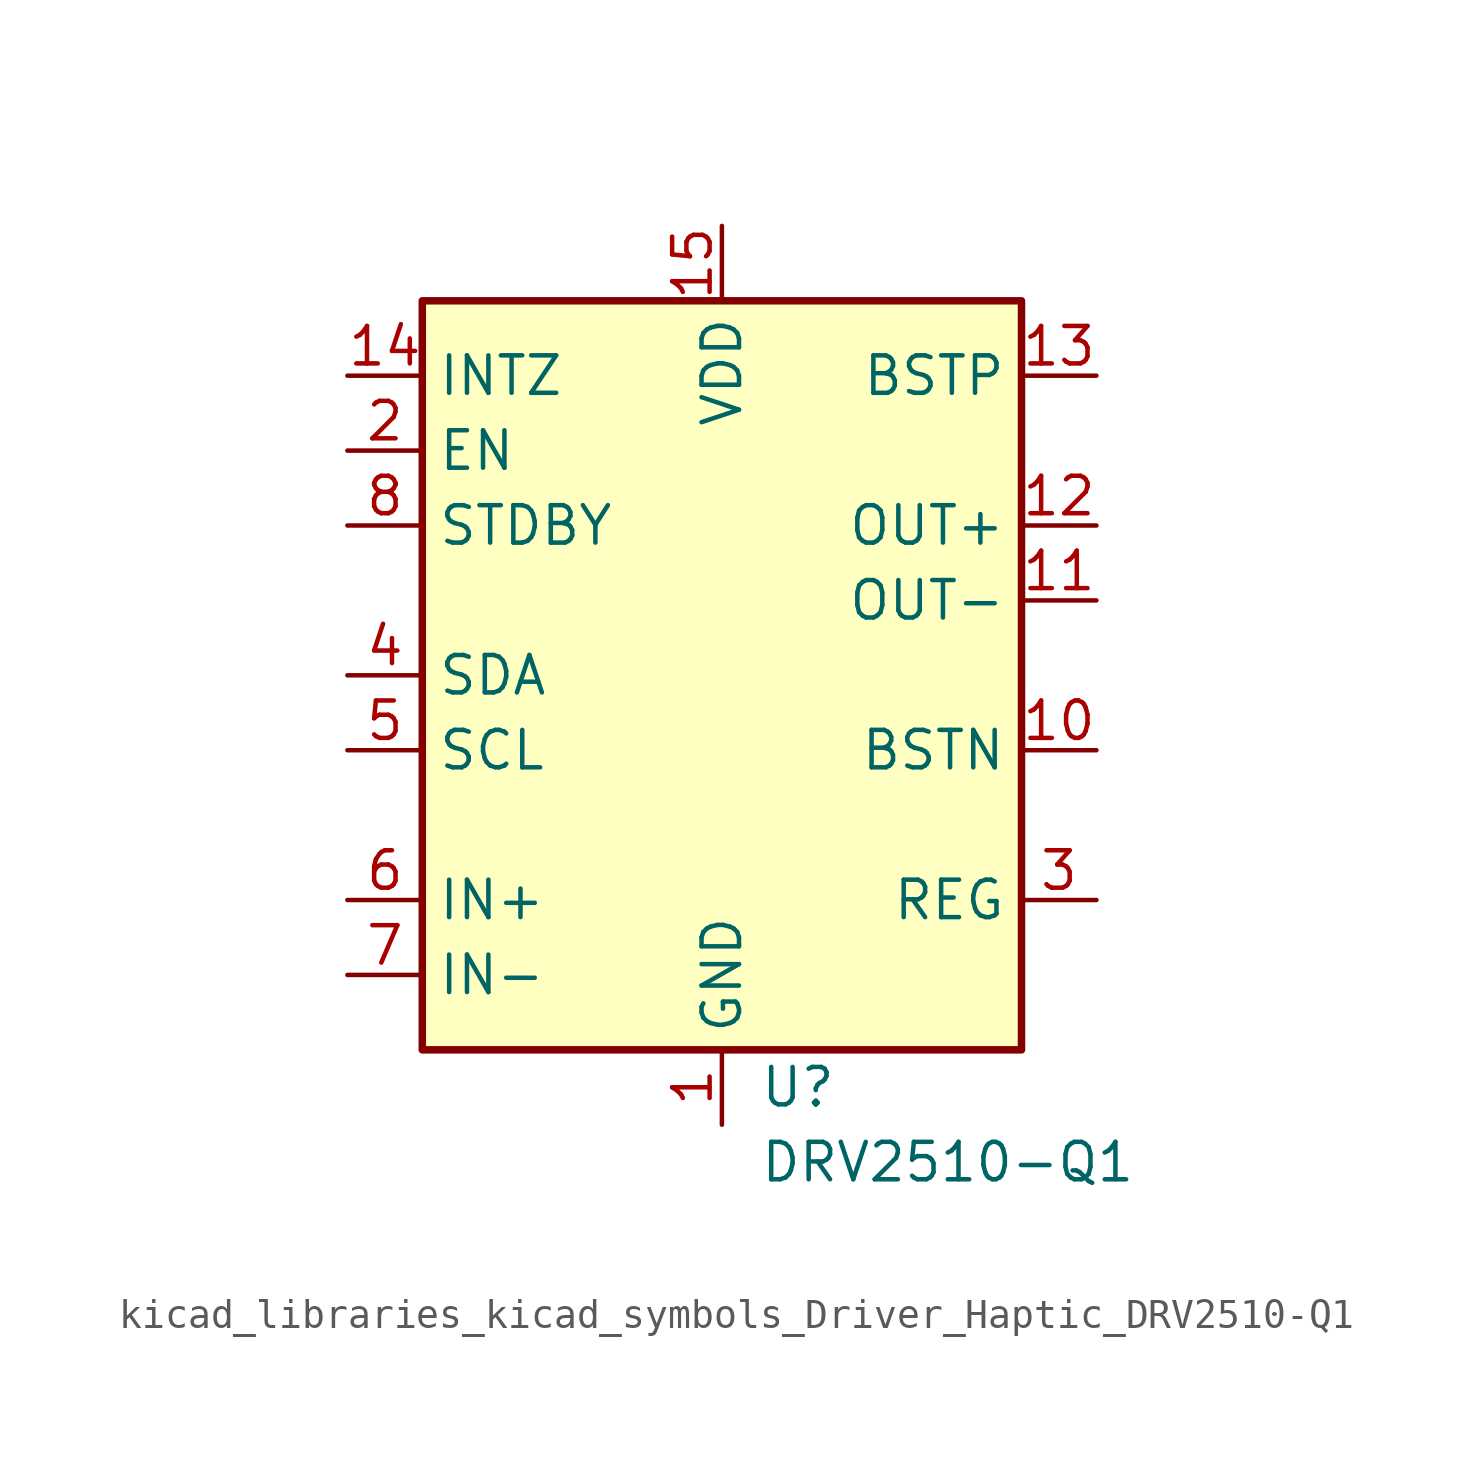
<source format=kicad_sym>
(kicad_symbol_lib
  (version 20220914)
  (generator kicad_symbol_editor)
  (symbol "kicad_libraries_kicad_symbols_Driver_Haptic_DRV2510-Q1"
    (property "Reference" "U"
      (at 1.27 -13.97 0)
      (effects (font (size 1.27 1.27)) (justify left)))
    (property "Value" "DRV2510-Q1"
      (at 1.27 -16.51 0)
      (effects (font (size 1.27 1.27)) (justify left)))
    (symbol "kicad_libraries_kicad_symbols_Driver_Haptic_DRV2510-Q1_0_0"
      (pin power_in line (at 0 -15.24 90) (length 2.54) (name "GND" (effects (font (size 1.27 1.27)))) (number "1" (effects (font (size 1.27 1.27)))))
      (pin passive line (at 12.7 -2.54 180) (length 2.54) (name "BSTN" (effects (font (size 1.27 1.27)))) (number "10" (effects (font (size 1.27 1.27)))))
      (pin power_out line (at 12.7 2.54 180) (length 2.54) (name "OUT-" (effects (font (size 1.27 1.27)))) (number "11" (effects (font (size 1.27 1.27)))))
      (pin power_out line (at 12.7 5.08 180) (length 2.54) (name "OUT+" (effects (font (size 1.27 1.27)))) (number "12" (effects (font (size 1.27 1.27)))))
      (pin passive line (at 12.7 10.16 180) (length 2.54) (name "BSTP" (effects (font (size 1.27 1.27)))) (number "13" (effects (font (size 1.27 1.27)))))
      (pin open_collector line (at -12.7 10.16 0) (length 2.54) (name "INTZ" (effects (font (size 1.27 1.27)))) (number "14" (effects (font (size 1.27 1.27)))))
      (pin power_in line (at 0 15.24 270) (length 2.54) (name "VDD" (effects (font (size 1.27 1.27)))) (number "15" (effects (font (size 1.27 1.27)))))
      (pin passive line (at 0 -15.24 90) (length 2.54) hide (name "GND" (effects (font (size 1.27 1.27)))) (number "16" (effects (font (size 1.27 1.27)))))
      (pin passive line (at 0 -15.24 90) (length 2.54) hide (name "GND" (effects (font (size 1.27 1.27)))) (number "17" (effects (font (size 1.27 1.27)))))
      (pin input line (at -12.7 7.62 0) (length 2.54) (name "EN" (effects (font (size 1.27 1.27)))) (number "2" (effects (font (size 1.27 1.27)))))
      (pin passive line (at 12.7 -7.62 180) (length 2.54) (name "REG" (effects (font (size 1.27 1.27)))) (number "3" (effects (font (size 1.27 1.27)))))
      (pin bidirectional line (at -12.7 0 0) (length 2.54) (name "SDA" (effects (font (size 1.27 1.27)))) (number "4" (effects (font (size 1.27 1.27)))))
      (pin input line (at -12.7 -2.54 0) (length 2.54) (name "SCL" (effects (font (size 1.27 1.27)))) (number "5" (effects (font (size 1.27 1.27)))))
      (pin input line (at -12.7 -7.62 0) (length 2.54) (name "IN+" (effects (font (size 1.27 1.27)))) (number "6" (effects (font (size 1.27 1.27)))))
      (pin input line (at -12.7 -10.16 0) (length 2.54) (name "IN-" (effects (font (size 1.27 1.27)))) (number "7" (effects (font (size 1.27 1.27)))))
      (pin input line (at -12.7 5.08 0) (length 2.54) (name "STDBY" (effects (font (size 1.27 1.27)))) (number "8" (effects (font (size 1.27 1.27)))))
      (pin passive line (at 0 -15.24 90) (length 2.54) hide (name "GND" (effects (font (size 1.27 1.27)))) (number "9" (effects (font (size 1.27 1.27))))))
    (symbol "kicad_libraries_kicad_symbols_Driver_Haptic_DRV2510-Q1_0_1"
      (rectangle (start -10.16 12.7) (end 10.16 -12.7) (stroke (width 0.254) (type default)) (fill (type background))))))
</source>
